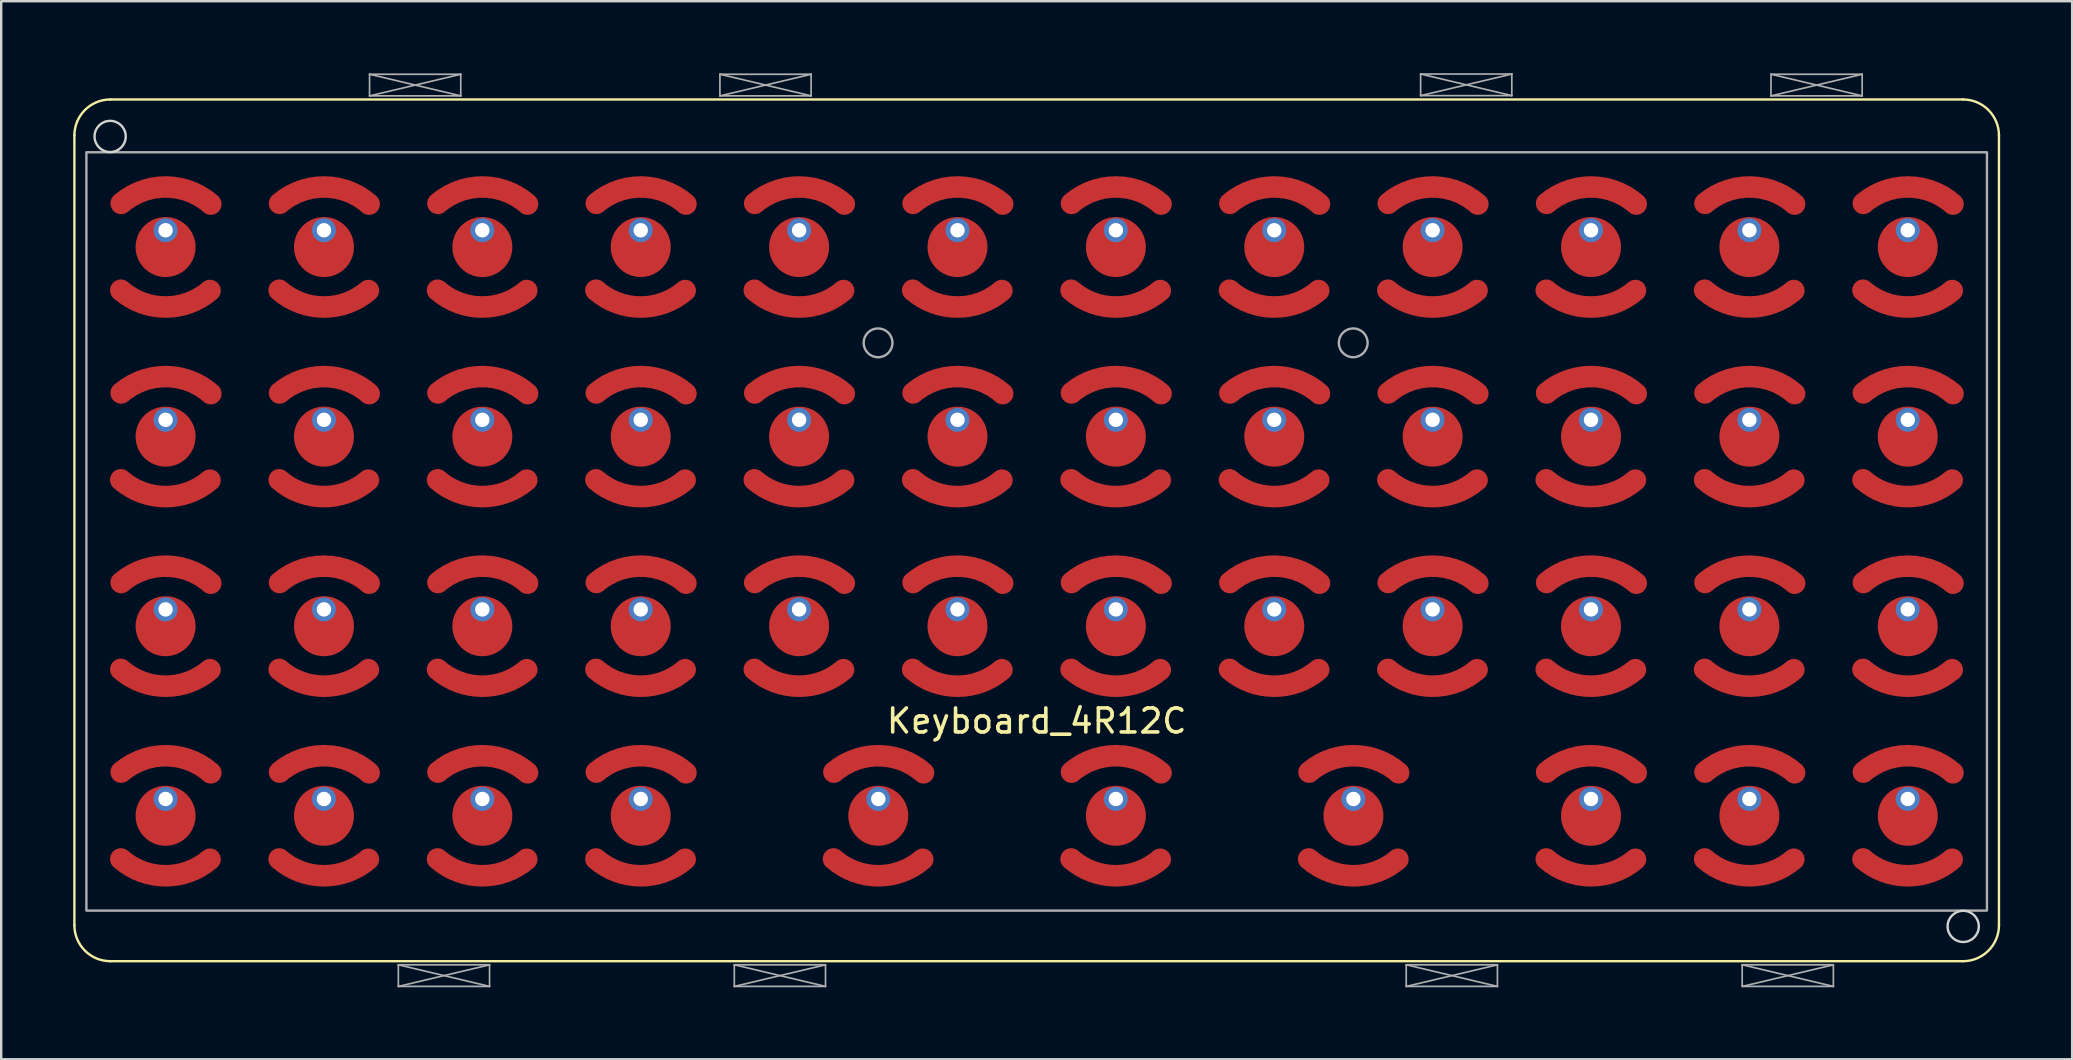
<source format=kicad_pcb>
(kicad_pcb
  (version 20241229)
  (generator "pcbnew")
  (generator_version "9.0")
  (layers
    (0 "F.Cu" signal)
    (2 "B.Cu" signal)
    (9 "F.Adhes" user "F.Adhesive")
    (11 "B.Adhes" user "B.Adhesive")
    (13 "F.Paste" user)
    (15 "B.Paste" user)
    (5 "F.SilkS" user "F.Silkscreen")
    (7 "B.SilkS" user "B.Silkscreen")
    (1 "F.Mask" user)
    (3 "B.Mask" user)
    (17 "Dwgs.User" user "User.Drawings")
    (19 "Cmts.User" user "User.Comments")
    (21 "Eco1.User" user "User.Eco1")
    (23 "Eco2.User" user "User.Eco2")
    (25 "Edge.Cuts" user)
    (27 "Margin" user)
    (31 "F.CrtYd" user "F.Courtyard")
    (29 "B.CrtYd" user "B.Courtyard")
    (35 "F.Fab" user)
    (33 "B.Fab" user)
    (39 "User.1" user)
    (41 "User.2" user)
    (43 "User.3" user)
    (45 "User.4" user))
  (footprint "Keyboard_4R12C"
    (layer "F.Cu")
    (at 40.15 19.095)
    (property "Reference" "Keyboard_4R12C" (at 0 7.9 0) (unlocked yes) (layer "F.SilkS") (effects (font (size 1 1) (thickness 0.15))))
    (attr smd)
    (fp_arc (start -34.450005 -10.036258) (mid -36.309623 -9.349989) (end -38.164543 -10.048858) (stroke (width 0.9) (type solid)) (layer "F.Cu"))
    (fp_arc (start -34.450005 -2.136258) (mid -36.309623 -1.449989) (end -38.164543 -2.148858) (stroke (width 0.9) (type solid)) (layer "F.Cu"))
    (fp_arc (start -34.450005 5.763742) (mid -36.309623 6.450011) (end -38.164543 5.751142) (stroke (width 0.9) (type solid)) (layer "F.Cu"))
    (fp_arc (start -34.450005 13.663742) (mid -36.309623 14.350011) (end -38.164543 13.651142) (stroke (width 0.9) (type solid)) (layer "F.Cu"))
    (fp_arc (start -27.850005 -10.036258) (mid -29.709623 -9.349989) (end -31.564543 -10.048858) (stroke (width 0.9) (type solid)) (layer "F.Cu"))
    (fp_arc (start -27.850005 -2.136258) (mid -29.709623 -1.449989) (end -31.564543 -2.148858) (stroke (width 0.9) (type solid)) (layer "F.Cu"))
    (fp_arc (start -27.850005 5.763742) (mid -29.709623 6.450011) (end -31.564543 5.751142) (stroke (width 0.9) (type solid)) (layer "F.Cu"))
    (fp_arc (start -27.850005 13.663742) (mid -29.709623 14.350011) (end -31.564543 13.651142) (stroke (width 0.9) (type solid)) (layer "F.Cu"))
    (fp_arc (start -21.250005 -10.036258) (mid -23.109623 -9.349989) (end -24.964543 -10.048858) (stroke (width 0.9) (type solid)) (layer "F.Cu"))
    (fp_arc (start -21.250005 -2.136258) (mid -23.109623 -1.449989) (end -24.964543 -2.148858) (stroke (width 0.9) (type solid)) (layer "F.Cu"))
    (fp_arc (start -21.250005 5.763742) (mid -23.109623 6.450011) (end -24.964543 5.751142) (stroke (width 0.9) (type solid)) (layer "F.Cu"))
    (fp_arc (start -21.250005 13.663742) (mid -23.109623 14.350011) (end -24.964543 13.651142) (stroke (width 0.9) (type solid)) (layer "F.Cu"))
    (fp_arc (start -14.650005 -10.036258) (mid -16.509623 -9.349989) (end -18.364543 -10.048858) (stroke (width 0.9) (type solid)) (layer "F.Cu"))
    (fp_arc (start -14.650005 -2.136258) (mid -16.509623 -1.449989) (end -18.364543 -2.148858) (stroke (width 0.9) (type solid)) (layer "F.Cu"))
    (fp_arc (start -14.650005 5.763742) (mid -16.509623 6.450011) (end -18.364543 5.751142) (stroke (width 0.9) (type solid)) (layer "F.Cu"))
    (fp_arc (start -14.650005 13.663742) (mid -16.509623 14.350011) (end -18.364543 13.651142) (stroke (width 0.9) (type solid)) (layer "F.Cu"))
    (fp_arc (start -8.050005 -10.036258) (mid -9.909623 -9.349989) (end -11.764543 -10.048858) (stroke (width 0.9) (type solid)) (layer "F.Cu"))
    (fp_arc (start -8.050005 -2.136258) (mid -9.909623 -1.449989) (end -11.764543 -2.148858) (stroke (width 0.9) (type solid)) (layer "F.Cu"))
    (fp_arc (start -8.050005 5.763742) (mid -9.909623 6.450011) (end -11.764543 5.751142) (stroke (width 0.9) (type solid)) (layer "F.Cu"))
    (fp_arc (start -4.750005 13.663742) (mid -6.609623 14.350011) (end -8.464543 13.651142) (stroke (width 0.9) (type solid)) (layer "F.Cu"))
    (fp_arc (start -1.450005 -10.036258) (mid -3.309623 -9.349989) (end -5.164543 -10.048858) (stroke (width 0.9) (type solid)) (layer "F.Cu"))
    (fp_arc (start -1.450005 -2.136258) (mid -3.309623 -1.449989) (end -5.164543 -2.148858) (stroke (width 0.9) (type solid)) (layer "F.Cu"))
    (fp_arc (start -1.450005 5.763742) (mid -3.309623 6.450011) (end -5.164543 5.751142) (stroke (width 0.9) (type solid)) (layer "F.Cu"))
    (fp_arc (start 5.149995 -10.036258) (mid 3.290377 -9.349989) (end 1.435457 -10.048858) (stroke (width 0.9) (type solid)) (layer "F.Cu"))
    (fp_arc (start 5.149995 -2.136258) (mid 3.290377 -1.449989) (end 1.435457 -2.148858) (stroke (width 0.9) (type solid)) (layer "F.Cu"))
    (fp_arc (start 5.149995 5.763742) (mid 3.290377 6.450011) (end 1.435457 5.751142) (stroke (width 0.9) (type solid)) (layer "F.Cu"))
    (fp_arc (start 5.149995 13.663742) (mid 3.290377 14.350011) (end 1.435457 13.651142) (stroke (width 0.9) (type solid)) (layer "F.Cu"))
    (fp_arc (start 11.749995 -10.036258) (mid 9.890377 -9.349989) (end 8.035457 -10.048858) (stroke (width 0.9) (type solid)) (layer "F.Cu"))
    (fp_arc (start 11.749995 -2.136258) (mid 9.890377 -1.449989) (end 8.035457 -2.148858) (stroke (width 0.9) (type solid)) (layer "F.Cu"))
    (fp_arc (start 11.749995 5.763742) (mid 9.890377 6.450011) (end 8.035457 5.751142) (stroke (width 0.9) (type solid)) (layer "F.Cu"))
    (fp_arc (start 15.049995 13.663742) (mid 13.190377 14.350011) (end 11.335457 13.651142) (stroke (width 0.9) (type solid)) (layer "F.Cu"))
    (fp_arc (start 18.349995 -10.036258) (mid 16.490377 -9.349989) (end 14.635457 -10.048858) (stroke (width 0.9) (type solid)) (layer "F.Cu"))
    (fp_arc (start 18.349995 -2.136258) (mid 16.490377 -1.449989) (end 14.635457 -2.148858) (stroke (width 0.9) (type solid)) (layer "F.Cu"))
    (fp_arc (start 18.349995 5.763742) (mid 16.490377 6.450011) (end 14.635457 5.751142) (stroke (width 0.9) (type solid)) (layer "F.Cu"))
    (fp_arc (start 24.949995 -10.036258) (mid 23.090377 -9.349989) (end 21.235457 -10.048858) (stroke (width 0.9) (type solid)) (layer "F.Cu"))
    (fp_arc (start 24.949995 -2.136258) (mid 23.090377 -1.449989) (end 21.235457 -2.148858) (stroke (width 0.9) (type solid)) (layer "F.Cu"))
    (fp_arc (start 24.949995 5.763742) (mid 23.090377 6.450011) (end 21.235457 5.751142) (stroke (width 0.9) (type solid)) (layer "F.Cu"))
    (fp_arc (start 24.949995 13.663742) (mid 23.090377 14.350011) (end 21.235457 13.651142) (stroke (width 0.9) (type solid)) (layer "F.Cu"))
    (fp_arc (start 31.549995 -10.036258) (mid 29.690377 -9.349989) (end 27.835457 -10.048858) (stroke (width 0.9) (type solid)) (layer "F.Cu"))
    (fp_arc (start 31.549995 -2.136258) (mid 29.690377 -1.449989) (end 27.835457 -2.148858) (stroke (width 0.9) (type solid)) (layer "F.Cu"))
    (fp_arc (start 31.549995 5.763742) (mid 29.690377 6.450011) (end 27.835457 5.751142) (stroke (width 0.9) (type solid)) (layer "F.Cu"))
    (fp_arc (start 31.549995 13.663742) (mid 29.690377 14.350011) (end 27.835457 13.651142) (stroke (width 0.9) (type solid)) (layer "F.Cu"))
    (fp_arc (start 38.149995 -10.036258) (mid 36.290377 -9.349989) (end 34.435457 -10.048858) (stroke (width 0.9) (type solid)) (layer "F.Cu"))
    (fp_arc (start 38.149995 -2.136258) (mid 36.290377 -1.449989) (end 34.435457 -2.148858) (stroke (width 0.9) (type solid)) (layer "F.Cu"))
    (fp_arc (start 38.149995 5.763742) (mid 36.290377 6.450011) (end 34.435457 5.751142) (stroke (width 0.9) (type solid)) (layer "F.Cu"))
    (fp_arc (start 38.149995 13.663742) (mid 36.290377 14.350011) (end 34.435457 13.651142) (stroke (width 0.9) (type solid)) (layer "F.Cu"))
    (fp_arc (start -34.450005 -10.036258) (mid -36.309623 -9.349989) (end -38.164543 -10.048858) (stroke (width 0.9) (type solid)) (layer "F.Mask"))
    (fp_arc (start -34.450005 -2.136258) (mid -36.309623 -1.449989) (end -38.164543 -2.148858) (stroke (width 0.9) (type solid)) (layer "F.Mask"))
    (fp_arc (start -34.450005 5.763742) (mid -36.309623 6.450011) (end -38.164543 5.751142) (stroke (width 0.9) (type solid)) (layer "F.Mask"))
    (fp_arc (start -34.450005 13.663742) (mid -36.309623 14.350011) (end -38.164543 13.651142) (stroke (width 0.9) (type solid)) (layer "F.Mask"))
    (fp_arc (start -27.850005 -10.036258) (mid -29.709623 -9.349989) (end -31.564543 -10.048858) (stroke (width 0.9) (type solid)) (layer "F.Mask"))
    (fp_arc (start -27.850005 -2.136258) (mid -29.709623 -1.449989) (end -31.564543 -2.148858) (stroke (width 0.9) (type solid)) (layer "F.Mask"))
    (fp_arc (start -27.850005 5.763742) (mid -29.709623 6.450011) (end -31.564543 5.751142) (stroke (width 0.9) (type solid)) (layer "F.Mask"))
    (fp_arc (start -27.850005 13.663742) (mid -29.709623 14.350011) (end -31.564543 13.651142) (stroke (width 0.9) (type solid)) (layer "F.Mask"))
    (fp_arc (start -21.250005 -10.036258) (mid -23.109623 -9.349989) (end -24.964543 -10.048858) (stroke (width 0.9) (type solid)) (layer "F.Mask"))
    (fp_arc (start -21.250005 -2.136258) (mid -23.109623 -1.449989) (end -24.964543 -2.148858) (stroke (width 0.9) (type solid)) (layer "F.Mask"))
    (fp_arc (start -21.250005 5.763742) (mid -23.109623 6.450011) (end -24.964543 5.751142) (stroke (width 0.9) (type solid)) (layer "F.Mask"))
    (fp_arc (start -21.250005 13.663742) (mid -23.109623 14.350011) (end -24.964543 13.651142) (stroke (width 0.9) (type solid)) (layer "F.Mask"))
    (fp_arc (start -14.650005 -10.036258) (mid -16.509623 -9.349989) (end -18.364543 -10.048858) (stroke (width 0.9) (type solid)) (layer "F.Mask"))
    (fp_arc (start -14.650005 -2.136258) (mid -16.509623 -1.449989) (end -18.364543 -2.148858) (stroke (width 0.9) (type solid)) (layer "F.Mask"))
    (fp_arc (start -14.650005 5.763742) (mid -16.509623 6.450011) (end -18.364543 5.751142) (stroke (width 0.9) (type solid)) (layer "F.Mask"))
    (fp_arc (start -14.650005 13.663742) (mid -16.509623 14.350011) (end -18.364543 13.651142) (stroke (width 0.9) (type solid)) (layer "F.Mask"))
    (fp_arc (start -8.050005 -10.036258) (mid -9.909623 -9.349989) (end -11.764543 -10.048858) (stroke (width 0.9) (type solid)) (layer "F.Mask"))
    (fp_arc (start -8.050005 -2.136258) (mid -9.909623 -1.449989) (end -11.764543 -2.148858) (stroke (width 0.9) (type solid)) (layer "F.Mask"))
    (fp_arc (start -8.050005 5.763742) (mid -9.909623 6.450011) (end -11.764543 5.751142) (stroke (width 0.9) (type solid)) (layer "F.Mask"))
    (fp_arc (start -4.750005 13.663742) (mid -6.609623 14.350011) (end -8.464542 13.651142) (stroke (width 0.9) (type solid)) (layer "F.Mask"))
    (fp_arc (start -1.450005 -10.036258) (mid -3.309623 -9.349989) (end -5.164543 -10.048858) (stroke (width 0.9) (type solid)) (layer "F.Mask"))
    (fp_arc (start -1.450005 -2.136258) (mid -3.309623 -1.449989) (end -5.164543 -2.148858) (stroke (width 0.9) (type solid)) (layer "F.Mask"))
    (fp_arc (start -1.450005 5.763742) (mid -3.309623 6.450011) (end -5.164543 5.751142) (stroke (width 0.9) (type solid)) (layer "F.Mask"))
    (fp_arc (start 5.149995 -10.036258) (mid 3.290377 -9.349989) (end 1.435457 -10.048858) (stroke (width 0.9) (type solid)) (layer "F.Mask"))
    (fp_arc (start 5.149995 -2.136258) (mid 3.290377 -1.449989) (end 1.435457 -2.148858) (stroke (width 0.9) (type solid)) (layer "F.Mask"))
    (fp_arc (start 5.149995 5.763742) (mid 3.290377 6.450011) (end 1.435457 5.751142) (stroke (width 0.9) (type solid)) (layer "F.Mask"))
    (fp_arc (start 5.149995 13.663742) (mid 3.290377 14.350011) (end 1.435458 13.651142) (stroke (width 0.9) (type solid)) (layer "F.Mask"))
    (fp_arc (start 11.749995 -10.036258) (mid 9.890377 -9.349989) (end 8.035457 -10.048858) (stroke (width 0.9) (type solid)) (layer "F.Mask"))
    (fp_arc (start 11.749995 -2.136258) (mid 9.890377 -1.449989) (end 8.035457 -2.148858) (stroke (width 0.9) (type solid)) (layer "F.Mask"))
    (fp_arc (start 11.749995 5.763742) (mid 9.890377 6.450011) (end 8.035457 5.751142) (stroke (width 0.9) (type solid)) (layer "F.Mask"))
    (fp_arc (start 15.049995 13.663742) (mid 13.190377 14.350011) (end 11.335457 13.651142) (stroke (width 0.9) (type solid)) (layer "F.Mask"))
    (fp_arc (start 18.349995 -10.036258) (mid 16.490377 -9.349989) (end 14.635457 -10.048858) (stroke (width 0.9) (type solid)) (layer "F.Mask"))
    (fp_arc (start 18.349995 -2.136258) (mid 16.490377 -1.449989) (end 14.635457 -2.148858) (stroke (width 0.9) (type solid)) (layer "F.Mask"))
    (fp_arc (start 18.349995 5.763742) (mid 16.490377 6.450011) (end 14.635457 5.751142) (stroke (width 0.9) (type solid)) (layer "F.Mask"))
    (fp_arc (start 24.949995 -10.036258) (mid 23.090377 -9.349989) (end 21.235457 -10.048858) (stroke (width 0.9) (type solid)) (layer "F.Mask"))
    (fp_arc (start 24.949995 -2.136258) (mid 23.090377 -1.449989) (end 21.235457 -2.148858) (stroke (width 0.9) (type solid)) (layer "F.Mask"))
    (fp_arc (start 24.949995 5.763742) (mid 23.090377 6.450011) (end 21.235457 5.751142) (stroke (width 0.9) (type solid)) (layer "F.Mask"))
    (fp_arc (start 24.949995 13.663742) (mid 23.090377 14.350011) (end 21.235457 13.651142) (stroke (width 0.9) (type solid)) (layer "F.Mask"))
    (fp_arc (start 31.549995 -10.036258) (mid 29.690377 -9.349989) (end 27.835457 -10.048858) (stroke (width 0.9) (type solid)) (layer "F.Mask"))
    (fp_arc (start 31.549995 -2.136258) (mid 29.690377 -1.449989) (end 27.835457 -2.148858) (stroke (width 0.9) (type solid)) (layer "F.Mask"))
    (fp_arc (start 31.549995 5.763742) (mid 29.690377 6.450011) (end 27.835457 5.751142) (stroke (width 0.9) (type solid)) (layer "F.Mask"))
    (fp_arc (start 31.549995 13.663742) (mid 29.690377 14.350011) (end 27.835457 13.651142) (stroke (width 0.9) (type solid)) (layer "F.Mask"))
    (fp_arc (start 38.149995 -10.036258) (mid 36.290377 -9.349989) (end 34.435457 -10.048858) (stroke (width 0.9) (type solid)) (layer "F.Mask"))
    (fp_arc (start 38.149995 -2.136258) (mid 36.290377 -1.449989) (end 34.435457 -2.148858) (stroke (width 0.9) (type solid)) (layer "F.Mask"))
    (fp_arc (start 38.149995 5.763742) (mid 36.290377 6.450011) (end 34.435457 5.751142) (stroke (width 0.9) (type solid)) (layer "F.Mask"))
    (fp_arc (start 38.149995 13.663742) (mid 36.290377 14.350011) (end 34.435457 13.651142) (stroke (width 0.9) (type solid)) (layer "F.Mask"))
    (fp_poly (pts (xy -36.3 -14.65) (xy -34.05 -13.65) (xy -34.05 -10.05) (xy -36.3 -9.05) (xy -38.55 -10.05) (xy -38.55 -13.65)) (stroke (width 0.05) (type solid)) (fill yes) (layer "F.Mask"))
    (fp_poly (pts (xy -36.3 -6.75) (xy -34.05 -5.75) (xy -34.05 -2.15) (xy -36.3 -1.15) (xy -38.55 -2.15) (xy -38.55 -5.75)) (stroke (width 0.05) (type solid)) (fill yes) (layer "F.Mask"))
    (fp_poly (pts (xy -36.3 1.15) (xy -34.05 2.15) (xy -34.05 5.75) (xy -36.3 6.75) (xy -38.55 5.75) (xy -38.55 2.15)) (stroke (width 0.05) (type solid)) (fill yes) (layer "F.Mask"))
    (fp_poly (pts (xy -36.3 9.05) (xy -34.05 10.05) (xy -34.05 13.65) (xy -36.3 14.65) (xy -38.55 13.65) (xy -38.55 10.05)) (stroke (width 0.05) (type solid)) (fill yes) (layer "F.Mask"))
    (fp_poly (pts (xy -29.7 -14.65) (xy -27.45 -13.65) (xy -27.45 -10.05) (xy -29.7 -9.05) (xy -31.95 -10.05) (xy -31.95 -13.65)) (stroke (width 0.05) (type solid)) (fill yes) (layer "F.Mask"))
    (fp_poly (pts (xy -29.7 -6.75) (xy -27.45 -5.75) (xy -27.45 -2.15) (xy -29.7 -1.15) (xy -31.95 -2.15) (xy -31.95 -5.75)) (stroke (width 0.05) (type solid)) (fill yes) (layer "F.Mask"))
    (fp_poly (pts (xy -29.7 1.15) (xy -27.45 2.15) (xy -27.45 5.75) (xy -29.7 6.75) (xy -31.95 5.75) (xy -31.95 2.15)) (stroke (width 0.05) (type solid)) (fill yes) (layer "F.Mask"))
    (fp_poly (pts (xy -29.7 9.05) (xy -27.45 10.05) (xy -27.45 13.65) (xy -29.7 14.65) (xy -31.95 13.65) (xy -31.95 10.05)) (stroke (width 0.05) (type solid)) (fill yes) (layer "F.Mask"))
    (fp_poly (pts (xy -23.1 -14.65) (xy -20.85 -13.65) (xy -20.85 -10.05) (xy -23.1 -9.05) (xy -25.35 -10.05) (xy -25.35 -13.65)) (stroke (width 0.05) (type solid)) (fill yes) (layer "F.Mask"))
    (fp_poly (pts (xy -23.1 -6.75) (xy -20.85 -5.75) (xy -20.85 -2.15) (xy -23.1 -1.15) (xy -25.35 -2.15) (xy -25.35 -5.75)) (stroke (width 0.05) (type solid)) (fill yes) (layer "F.Mask"))
    (fp_poly (pts (xy -23.1 1.15) (xy -20.85 2.15) (xy -20.85 5.75) (xy -23.1 6.75) (xy -25.35 5.75) (xy -25.35 2.15)) (stroke (width 0.05) (type solid)) (fill yes) (layer "F.Mask"))
    (fp_poly (pts (xy -23.1 9.05) (xy -20.85 10.05) (xy -20.85 13.65) (xy -23.1 14.65) (xy -25.35 13.65) (xy -25.35 10.05)) (stroke (width 0.05) (type solid)) (fill yes) (layer "F.Mask"))
    (fp_poly (pts (xy -16.5 -14.65) (xy -14.25 -13.65) (xy -14.25 -10.05) (xy -16.5 -9.05) (xy -18.75 -10.05) (xy -18.75 -13.65)) (stroke (width 0.05) (type solid)) (fill yes) (layer "F.Mask"))
    (fp_poly (pts (xy -16.5 -6.75) (xy -14.25 -5.75) (xy -14.25 -2.15) (xy -16.5 -1.15) (xy -18.75 -2.15) (xy -18.75 -5.75)) (stroke (width 0.05) (type solid)) (fill yes) (layer "F.Mask"))
    (fp_poly (pts (xy -16.5 1.15) (xy -14.25 2.15) (xy -14.25 5.75) (xy -16.5 6.75) (xy -18.75 5.75) (xy -18.75 2.15)) (stroke (width 0.05) (type solid)) (fill yes) (layer "F.Mask"))
    (fp_poly (pts (xy -16.5 9.05) (xy -14.25 10.05) (xy -14.25 13.65) (xy -16.5 14.65) (xy -18.75 13.65) (xy -18.75 10.05)) (stroke (width 0.05) (type solid)) (fill yes) (layer "F.Mask"))
    (fp_poly (pts (xy -9.9 -14.65) (xy -7.65 -13.65) (xy -7.65 -10.05) (xy -9.9 -9.05) (xy -12.15 -10.05) (xy -12.15 -13.65)) (stroke (width 0.05) (type solid)) (fill yes) (layer "F.Mask"))
    (fp_poly (pts (xy -9.9 -6.75) (xy -7.65 -5.75) (xy -7.65 -2.15) (xy -9.9 -1.15) (xy -12.15 -2.15) (xy -12.15 -5.75)) (stroke (width 0.05) (type solid)) (fill yes) (layer "F.Mask"))
    (fp_poly (pts (xy -9.9 1.15) (xy -7.65 2.15) (xy -7.65 5.75) (xy -9.9 6.75) (xy -12.15 5.75) (xy -12.15 2.15)) (stroke (width 0.05) (type solid)) (fill yes) (layer "F.Mask"))
    (fp_poly (pts (xy -6.6 9.05) (xy -4.35 10.05) (xy -4.35 13.65) (xy -6.6 14.65) (xy -8.85 13.65) (xy -8.85 10.05)) (stroke (width 0.05) (type solid)) (fill yes) (layer "F.Mask"))
    (fp_poly (pts (xy -3.3 -14.65) (xy -1.05 -13.65) (xy -1.05 -10.05) (xy -3.3 -9.05) (xy -5.55 -10.05) (xy -5.55 -13.65)) (stroke (width 0.05) (type solid)) (fill yes) (layer "F.Mask"))
    (fp_poly (pts (xy -3.3 -6.75) (xy -1.05 -5.75) (xy -1.05 -2.15) (xy -3.3 -1.15) (xy -5.55 -2.15) (xy -5.55 -5.75)) (stroke (width 0.05) (type solid)) (fill yes) (layer "F.Mask"))
    (fp_poly (pts (xy -3.3 1.15) (xy -1.05 2.15) (xy -1.05 5.75) (xy -3.3 6.75) (xy -5.55 5.75) (xy -5.55 2.15)) (stroke (width 0.05) (type solid)) (fill yes) (layer "F.Mask"))
    (fp_poly (pts (xy 3.3 -14.65) (xy 5.55 -13.65) (xy 5.55 -10.05) (xy 3.3 -9.05) (xy 1.05 -10.05) (xy 1.05 -13.65)) (stroke (width 0.05) (type solid)) (fill yes) (layer "F.Mask"))
    (fp_poly (pts (xy 3.3 -6.75) (xy 5.55 -5.75) (xy 5.55 -2.15) (xy 3.3 -1.15) (xy 1.05 -2.15) (xy 1.05 -5.75)) (stroke (width 0.05) (type solid)) (fill yes) (layer "F.Mask"))
    (fp_poly (pts (xy 3.3 1.15) (xy 5.55 2.15) (xy 5.55 5.75) (xy 3.3 6.75) (xy 1.05 5.75) (xy 1.05 2.15)) (stroke (width 0.05) (type solid)) (fill yes) (layer "F.Mask"))
    (fp_poly (pts (xy 3.3 9.05) (xy 5.55 10.05) (xy 5.55 13.65) (xy 3.3 14.65) (xy 1.05 13.65) (xy 1.05 10.05)) (stroke (width 0.05) (type solid)) (fill yes) (layer "F.Mask"))
    (fp_poly (pts (xy 9.9 -14.65) (xy 12.15 -13.65) (xy 12.15 -10.05) (xy 9.9 -9.05) (xy 7.65 -10.05) (xy 7.65 -13.65)) (stroke (width 0.05) (type solid)) (fill yes) (layer "F.Mask"))
    (fp_poly (pts (xy 9.9 -6.75) (xy 12.15 -5.75) (xy 12.15 -2.15) (xy 9.9 -1.15) (xy 7.65 -2.15) (xy 7.65 -5.75)) (stroke (width 0.05) (type solid)) (fill yes) (layer "F.Mask"))
    (fp_poly (pts (xy 9.9 1.15) (xy 12.15 2.15) (xy 12.15 5.75) (xy 9.9 6.75) (xy 7.65 5.75) (xy 7.65 2.15)) (stroke (width 0.05) (type solid)) (fill yes) (layer "F.Mask"))
    (fp_poly (pts (xy 13.2 9.05) (xy 15.45 10.05) (xy 15.45 13.65) (xy 13.2 14.65) (xy 10.95 13.65) (xy 10.95 10.05)) (stroke (width 0.05) (type solid)) (fill yes) (layer "F.Mask"))
    (fp_poly (pts (xy 16.5 -14.65) (xy 18.75 -13.65) (xy 18.75 -10.05) (xy 16.5 -9.05) (xy 14.25 -10.05) (xy 14.25 -13.65)) (stroke (width 0.05) (type solid)) (fill yes) (layer "F.Mask"))
    (fp_poly (pts (xy 16.5 -6.75) (xy 18.75 -5.75) (xy 18.75 -2.15) (xy 16.5 -1.15) (xy 14.25 -2.15) (xy 14.25 -5.75)) (stroke (width 0.05) (type solid)) (fill yes) (layer "F.Mask"))
    (fp_poly (pts (xy 16.5 1.15) (xy 18.75 2.15) (xy 18.75 5.75) (xy 16.5 6.75) (xy 14.25 5.75) (xy 14.25 2.15)) (stroke (width 0.05) (type solid)) (fill yes) (layer "F.Mask"))
    (fp_poly (pts (xy 23.1 -14.65) (xy 25.35 -13.65) (xy 25.35 -10.05) (xy 23.1 -9.05) (xy 20.85 -10.05) (xy 20.85 -13.65)) (stroke (width 0.05) (type solid)) (fill yes) (layer "F.Mask"))
    (fp_poly (pts (xy 23.1 -6.75) (xy 25.35 -5.75) (xy 25.35 -2.15) (xy 23.1 -1.15) (xy 20.85 -2.15) (xy 20.85 -5.75)) (stroke (width 0.05) (type solid)) (fill yes) (layer "F.Mask"))
    (fp_poly (pts (xy 23.1 1.15) (xy 25.35 2.15) (xy 25.35 5.75) (xy 23.1 6.75) (xy 20.85 5.75) (xy 20.85 2.15)) (stroke (width 0.05) (type solid)) (fill yes) (layer "F.Mask"))
    (fp_poly (pts (xy 23.1 9.05) (xy 25.35 10.05) (xy 25.35 13.65) (xy 23.1 14.65) (xy 20.85 13.65) (xy 20.85 10.05)) (stroke (width 0.05) (type solid)) (fill yes) (layer "F.Mask"))
    (fp_poly (pts (xy 29.7 -14.65) (xy 31.95 -13.65) (xy 31.95 -10.05) (xy 29.7 -9.05) (xy 27.45 -10.05) (xy 27.45 -13.65)) (stroke (width 0.05) (type solid)) (fill yes) (layer "F.Mask"))
    (fp_poly (pts (xy 29.7 -6.75) (xy 31.95 -5.75) (xy 31.95 -2.15) (xy 29.7 -1.15) (xy 27.45 -2.15) (xy 27.45 -5.75)) (stroke (width 0.05) (type solid)) (fill yes) (layer "F.Mask"))
    (fp_poly (pts (xy 29.7 1.15) (xy 31.95 2.15) (xy 31.95 5.75) (xy 29.7 6.75) (xy 27.45 5.75) (xy 27.45 2.15)) (stroke (width 0.05) (type solid)) (fill yes) (layer "F.Mask"))
    (fp_poly (pts (xy 29.7 9.05) (xy 31.95 10.05) (xy 31.95 13.65) (xy 29.7 14.65) (xy 27.45 13.65) (xy 27.45 10.05)) (stroke (width 0.05) (type solid)) (fill yes) (layer "F.Mask"))
    (fp_poly (pts (xy 36.3 -14.65) (xy 38.55 -13.65) (xy 38.55 -10.05) (xy 36.3 -9.05) (xy 34.05 -10.05) (xy 34.05 -13.65)) (stroke (width 0.05) (type solid)) (fill yes) (layer "F.Mask"))
    (fp_poly (pts (xy 36.3 -6.75) (xy 38.55 -5.75) (xy 38.55 -2.15) (xy 36.3 -1.15) (xy 34.05 -2.15) (xy 34.05 -5.75)) (stroke (width 0.05) (type solid)) (fill yes) (layer "F.Mask"))
    (fp_poly (pts (xy 36.3 1.15) (xy 38.55 2.15) (xy 38.55 5.75) (xy 36.3 6.75) (xy 34.05 5.75) (xy 34.05 2.15)) (stroke (width 0.05) (type solid)) (fill yes) (layer "F.Mask"))
    (fp_poly (pts (xy 36.3 9.05) (xy 38.55 10.05) (xy 38.55 13.65) (xy 36.3 14.65) (xy 34.05 13.65) (xy 34.05 10.05)) (stroke (width 0.05) (type solid)) (fill yes) (layer "F.Mask"))
    (fp_line (start -40.1 -16.5) (end -40.1 16.41) (stroke (width 0.1) (type solid)) (layer "F.SilkS"))
    (fp_line (start -38.6 17.91) (end 38.6 17.91) (stroke (width 0.1) (type solid)) (layer "F.SilkS"))
    (fp_line (start 38.6 -18) (end -38.6 -18) (stroke (width 0.1) (type solid)) (layer "F.SilkS"))
    (fp_line (start 40.1 16.41) (end 40.1 -16.5) (stroke (width 0.1) (type solid)) (layer "F.SilkS"))
    (fp_arc (start -40.1 -16.5) (mid -39.66066 -17.56066) (end -38.6 -18) (stroke (width 0.1) (type default)) (layer "F.SilkS"))
    (fp_arc (start -38.6 17.91) (mid -39.66066 17.47066) (end -40.1 16.41) (stroke (width 0.1) (type default)) (layer "F.SilkS"))
    (fp_arc (start 38.6 -18) (mid 39.66066 -17.56066) (end 40.1 -16.5) (stroke (width 0.1) (type default)) (layer "F.SilkS"))
    (fp_arc (start 40.1 16.41) (mid 39.66066 17.47066) (end 38.6 17.91) (stroke (width 0.1) (type default)) (layer "F.SilkS"))
    (fp_circle (center -38.61 -16.459) (end -37.96 -16.459) (stroke (width 0.1) (type solid)) (fill no) (layer "Edge.Cuts"))
    (fp_circle (center 38.61 16.459) (end 39.26 16.459) (stroke (width 0.1) (type solid)) (fill no) (layer "Edge.Cuts"))
    (fp_line (start -27.8 -19.05) (end -24 -19.05) (stroke (width 0.07) (type solid)) (layer "F.Fab"))
    (fp_line (start -27.8 -19.05) (end -24 -18.15) (stroke (width 0.07) (type default)) (layer "F.Fab"))
    (fp_line (start -27.8 -18.15) (end -27.8 -19.05) (stroke (width 0.07) (type solid)) (layer "F.Fab"))
    (fp_line (start -26.6 18.06) (end -22.8 18.06) (stroke (width 0.07) (type solid)) (layer "F.Fab"))
    (fp_line (start -26.6 18.06) (end -22.8 18.96) (stroke (width 0.07) (type default)) (layer "F.Fab"))
    (fp_line (start -26.6 18.96) (end -26.6 18.06) (stroke (width 0.07) (type solid)) (layer "F.Fab"))
    (fp_line (start -24 -19.05) (end -27.8 -18.15) (stroke (width 0.07) (type default)) (layer "F.Fab"))
    (fp_line (start -24 -19.05) (end -24 -18.15) (stroke (width 0.07) (type solid)) (layer "F.Fab"))
    (fp_line (start -24 -18.15) (end -27.8 -18.15) (stroke (width 0.07) (type solid)) (layer "F.Fab"))
    (fp_line (start -22.8 18.06) (end -26.6 18.96) (stroke (width 0.07) (type default)) (layer "F.Fab"))
    (fp_line (start -22.8 18.06) (end -22.8 18.96) (stroke (width 0.07) (type solid)) (layer "F.Fab"))
    (fp_line (start -22.8 18.96) (end -26.6 18.96) (stroke (width 0.07) (type solid)) (layer "F.Fab"))
    (fp_line (start -13.2 -19.05) (end -9.4 -19.05) (stroke (width 0.07) (type solid)) (layer "F.Fab"))
    (fp_line (start -13.2 -19.05) (end -9.4 -18.15) (stroke (width 0.07) (type default)) (layer "F.Fab"))
    (fp_line (start -13.2 -18.15) (end -13.2 -19.05) (stroke (width 0.07) (type solid)) (layer "F.Fab"))
    (fp_line (start -12.6 18.06) (end -8.8 18.06) (stroke (width 0.07) (type solid)) (layer "F.Fab"))
    (fp_line (start -12.6 18.06) (end -8.8 18.96) (stroke (width 0.07) (type default)) (layer "F.Fab"))
    (fp_line (start -12.6 18.96) (end -12.6 18.06) (stroke (width 0.07) (type solid)) (layer "F.Fab"))
    (fp_line (start -9.4 -19.05) (end -13.2 -18.15) (stroke (width 0.07) (type default)) (layer "F.Fab"))
    (fp_line (start -9.4 -19.05) (end -9.4 -18.15) (stroke (width 0.07) (type solid)) (layer "F.Fab"))
    (fp_line (start -9.4 -18.15) (end -13.2 -18.15) (stroke (width 0.07) (type solid)) (layer "F.Fab"))
    (fp_line (start -8.8 18.06) (end -12.6 18.96) (stroke (width 0.07) (type default)) (layer "F.Fab"))
    (fp_line (start -8.8 18.06) (end -8.8 18.96) (stroke (width 0.07) (type solid)) (layer "F.Fab"))
    (fp_line (start -8.8 18.96) (end -12.6 18.96) (stroke (width 0.07) (type solid)) (layer "F.Fab"))
    (fp_line (start 15.4 18.06) (end 19.2 18.06) (stroke (width 0.07) (type solid)) (layer "F.Fab"))
    (fp_line (start 15.4 18.06) (end 19.2 18.96) (stroke (width 0.07) (type default)) (layer "F.Fab"))
    (fp_line (start 15.4 18.96) (end 15.4 18.06) (stroke (width 0.07) (type solid)) (layer "F.Fab"))
    (fp_line (start 16 -19.06) (end 19.8 -19.06) (stroke (width 0.07) (type solid)) (layer "F.Fab"))
    (fp_line (start 16 -19.06) (end 19.8 -18.16) (stroke (width 0.07) (type default)) (layer "F.Fab"))
    (fp_line (start 16 -18.16) (end 16 -19.06) (stroke (width 0.07) (type solid)) (layer "F.Fab"))
    (fp_line (start 19.2 18.06) (end 15.4 18.96) (stroke (width 0.07) (type default)) (layer "F.Fab"))
    (fp_line (start 19.2 18.06) (end 19.2 18.96) (stroke (width 0.07) (type solid)) (layer "F.Fab"))
    (fp_line (start 19.2 18.96) (end 15.4 18.96) (stroke (width 0.07) (type solid)) (layer "F.Fab"))
    (fp_line (start 19.8 -19.06) (end 16 -18.16) (stroke (width 0.07) (type default)) (layer "F.Fab"))
    (fp_line (start 19.8 -19.06) (end 19.8 -18.16) (stroke (width 0.07) (type solid)) (layer "F.Fab"))
    (fp_line (start 19.8 -18.16) (end 16 -18.16) (stroke (width 0.07) (type solid)) (layer "F.Fab"))
    (fp_line (start 29.4 18.06) (end 33.2 18.06) (stroke (width 0.07) (type solid)) (layer "F.Fab"))
    (fp_line (start 29.4 18.06) (end 33.2 18.96) (stroke (width 0.07) (type default)) (layer "F.Fab"))
    (fp_line (start 29.4 18.96) (end 29.4 18.06) (stroke (width 0.07) (type solid)) (layer "F.Fab"))
    (fp_line (start 30.6 -19.05) (end 34.4 -19.05) (stroke (width 0.07) (type solid)) (layer "F.Fab"))
    (fp_line (start 30.6 -19.05) (end 34.4 -18.15) (stroke (width 0.07) (type default)) (layer "F.Fab"))
    (fp_line (start 30.6 -18.15) (end 30.6 -19.05) (stroke (width 0.07) (type solid)) (layer "F.Fab"))
    (fp_line (start 33.2 18.06) (end 29.4 18.96) (stroke (width 0.07) (type default)) (layer "F.Fab"))
    (fp_line (start 33.2 18.06) (end 33.2 18.96) (stroke (width 0.07) (type solid)) (layer "F.Fab"))
    (fp_line (start 33.2 18.96) (end 29.4 18.96) (stroke (width 0.07) (type solid)) (layer "F.Fab"))
    (fp_line (start 34.4 -19.05) (end 30.6 -18.15) (stroke (width 0.07) (type default)) (layer "F.Fab"))
    (fp_line (start 34.4 -19.05) (end 34.4 -18.15) (stroke (width 0.07) (type solid)) (layer "F.Fab"))
    (fp_line (start 34.4 -18.15) (end 30.6 -18.15) (stroke (width 0.07) (type solid)) (layer "F.Fab"))
    (fp_rect (start -39.6 -15.8) (end 39.6 15.8) (stroke (width 0.1) (type solid)) (fill no) (layer "F.Fab"))
    (fp_circle (center -6.61 -7.859) (end -6.01 -7.859) (stroke (width 0.1) (type solid)) (fill no) (layer "F.Fab"))
    (fp_circle (center 13.19 -7.859) (end 13.79 -7.859) (stroke (width 0.1) (type solid)) (fill no) (layer "F.Fab"))
    (pad "C0" thru_hole circle (at -36.3 -12.55 90) (size 1 1) (drill 0.6) (layers "*.Cu"))
    (pad "C0" smd circle (at -36.3 -11.85 90) (size 2.5 2.5) (layers "F.Cu" "F.Mask"))
    (pad "C0" thru_hole circle (at -36.3 -4.65 90) (size 1 1) (drill 0.6) (layers "*.Cu"))
    (pad "C0" smd circle (at -36.3 -3.95 90) (size 2.5 2.5) (layers "F.Cu" "F.Mask"))
    (pad "C0" thru_hole circle (at -36.3 3.25 90) (size 1 1) (drill 0.6) (layers "*.Cu"))
    (pad "C0" smd circle (at -36.3 3.95 90) (size 2.5 2.5) (layers "F.Cu" "F.Mask"))
    (pad "C0" thru_hole circle (at -36.3 11.15 90) (size 1 1) (drill 0.6) (layers "*.Cu"))
    (pad "C0" smd circle (at -36.3 11.85 90) (size 2.5 2.5) (layers "F.Cu" "F.Mask"))
    (pad "C1" thru_hole circle (at -29.7 -12.55 90) (size 1 1) (drill 0.6) (layers "*.Cu"))
    (pad "C1" smd circle (at -29.7 -11.85 90) (size 2.5 2.5) (layers "F.Cu" "F.Mask"))
    (pad "C1" thru_hole circle (at -29.7 -4.65 90) (size 1 1) (drill 0.6) (layers "*.Cu"))
    (pad "C1" smd circle (at -29.7 -3.95 90) (size 2.5 2.5) (layers "F.Cu" "F.Mask"))
    (pad "C1" thru_hole circle (at -29.7 3.25 90) (size 1 1) (drill 0.6) (layers "*.Cu"))
    (pad "C1" smd circle (at -29.7 3.95 90) (size 2.5 2.5) (layers "F.Cu" "F.Mask"))
    (pad "C1" thru_hole circle (at -29.7 11.15 90) (size 1 1) (drill 0.6) (layers "*.Cu"))
    (pad "C1" smd circle (at -29.7 11.85 90) (size 2.5 2.5) (layers "F.Cu" "F.Mask"))
    (pad "C2" thru_hole circle (at -23.1 -12.55 90) (size 1 1) (drill 0.6) (layers "*.Cu"))
    (pad "C2" smd circle (at -23.1 -11.85 90) (size 2.5 2.5) (layers "F.Cu" "F.Mask"))
    (pad "C2" thru_hole circle (at -23.1 -4.65 90) (size 1 1) (drill 0.6) (layers "*.Cu"))
    (pad "C2" smd circle (at -23.1 -3.95 90) (size 2.5 2.5) (layers "F.Cu" "F.Mask"))
    (pad "C2" thru_hole circle (at -23.1 3.25 90) (size 1 1) (drill 0.6) (layers "*.Cu"))
    (pad "C2" smd circle (at -23.1 3.95 90) (size 2.5 2.5) (layers "F.Cu" "F.Mask"))
    (pad "C2" thru_hole circle (at -23.1 11.15 90) (size 1 1) (drill 0.6) (layers "*.Cu"))
    (pad "C2" smd circle (at -23.1 11.85 90) (size 2.5 2.5) (layers "F.Cu" "F.Mask"))
    (pad "C3" thru_hole circle (at -16.5 -12.55 90) (size 1 1) (drill 0.6) (layers "*.Cu"))
    (pad "C3" smd circle (at -16.5 -11.85 90) (size 2.5 2.5) (layers "F.Cu" "F.Mask"))
    (pad "C3" thru_hole circle (at -16.5 -4.65 90) (size 1 1) (drill 0.6) (layers "*.Cu"))
    (pad "C3" smd circle (at -16.5 -3.95 90) (size 2.5 2.5) (layers "F.Cu" "F.Mask"))
    (pad "C3" thru_hole circle (at -16.5 3.25 90) (size 1 1) (drill 0.6) (layers "*.Cu"))
    (pad "C3" smd circle (at -16.5 3.95 90) (size 2.5 2.5) (layers "F.Cu" "F.Mask"))
    (pad "C3" thru_hole circle (at -16.5 11.15 90) (size 1 1) (drill 0.6) (layers "*.Cu"))
    (pad "C3" smd circle (at -16.5 11.85 90) (size 2.5 2.5) (layers "F.Cu" "F.Mask"))
    (pad "C4" thru_hole circle (at -9.9 -12.55 90) (size 1 1) (drill 0.6) (layers "*.Cu"))
    (pad "C4" smd circle (at -9.9 -11.85 90) (size 2.5 2.5) (layers "F.Cu" "F.Mask"))
    (pad "C4" thru_hole circle (at -9.9 -4.65 90) (size 1 1) (drill 0.6) (layers "*.Cu"))
    (pad "C4" smd circle (at -9.9 -3.95 90) (size 2.5 2.5) (layers "F.Cu" "F.Mask"))
    (pad "C4" thru_hole circle (at -9.9 3.25 90) (size 1 1) (drill 0.6) (layers "*.Cu"))
    (pad "C4" smd circle (at -9.9 3.95 90) (size 2.5 2.5) (layers "F.Cu" "F.Mask"))
    (pad "C4" thru_hole circle (at -6.6 11.15 90) (size 1 1) (drill 0.6) (layers "*.Cu"))
    (pad "C4" smd circle (at -6.6 11.85 90) (size 2.5 2.5) (layers "F.Cu" "F.Mask"))
    (pad "C5" thru_hole circle (at -3.3 -12.55 90) (size 1 1) (drill 0.6) (layers "*.Cu"))
    (pad "C5" smd circle (at -3.3 -11.85 90) (size 2.5 2.5) (layers "F.Cu" "F.Mask"))
    (pad "C5" thru_hole circle (at -3.3 -4.65 90) (size 1 1) (drill 0.6) (layers "*.Cu"))
    (pad "C5" smd circle (at -3.3 -3.95 90) (size 2.5 2.5) (layers "F.Cu" "F.Mask"))
    (pad "C5" thru_hole circle (at -3.3 3.25 90) (size 1 1) (drill 0.6) (layers "*.Cu"))
    (pad "C5" smd circle (at -3.3 3.95 90) (size 2.5 2.5) (layers "F.Cu" "F.Mask"))
    (pad "C6" thru_hole circle (at 3.3 -12.55 90) (size 1 1) (drill 0.6) (layers "*.Cu"))
    (pad "C6" smd circle (at 3.3 -11.85 90) (size 2.5 2.5) (layers "F.Cu" "F.Mask"))
    (pad "C6" thru_hole circle (at 3.3 -4.65 90) (size 1 1) (drill 0.6) (layers "*.Cu"))
    (pad "C6" smd circle (at 3.3 -3.95 90) (size 2.5 2.5) (layers "F.Cu" "F.Mask"))
    (pad "C6" thru_hole circle (at 3.3 3.25 90) (size 1 1) (drill 0.6) (layers "*.Cu"))
    (pad "C6" smd circle (at 3.3 3.95 90) (size 2.5 2.5) (layers "F.Cu" "F.Mask"))
    (pad "C6" thru_hole circle (at 3.3 11.15 90) (size 1 1) (drill 0.6) (layers "*.Cu"))
    (pad "C6" smd circle (at 3.3 11.85 90) (size 2.5 2.5) (layers "F.Cu" "F.Mask"))
    (pad "C7" thru_hole circle (at 9.9 -12.55 90) (size 1 1) (drill 0.6) (layers "*.Cu"))
    (pad "C7" smd circle (at 9.9 -11.85 90) (size 2.5 2.5) (layers "F.Cu" "F.Mask"))
    (pad "C7" thru_hole circle (at 9.9 -4.65 90) (size 1 1) (drill 0.6) (layers "*.Cu"))
    (pad "C7" smd circle (at 9.9 -3.95 90) (size 2.5 2.5) (layers "F.Cu" "F.Mask"))
    (pad "C7" thru_hole circle (at 9.9 3.25 90) (size 1 1) (drill 0.6) (layers "*.Cu"))
    (pad "C7" smd circle (at 9.9 3.95 90) (size 2.5 2.5) (layers "F.Cu" "F.Mask"))
    (pad "C7" thru_hole circle (at 13.2 11.15 90) (size 1 1) (drill 0.6) (layers "*.Cu"))
    (pad "C7" smd circle (at 13.2 11.85 90) (size 2.5 2.5) (layers "F.Cu" "F.Mask"))
    (pad "C8" thru_hole circle (at 16.5 -12.55 90) (size 1 1) (drill 0.6) (layers "*.Cu"))
    (pad "C8" smd circle (at 16.5 -11.85 90) (size 2.5 2.5) (layers "F.Cu" "F.Mask"))
    (pad "C8" thru_hole circle (at 16.5 -4.65 90) (size 1 1) (drill 0.6) (layers "*.Cu"))
    (pad "C8" smd circle (at 16.5 -3.95 90) (size 2.5 2.5) (layers "F.Cu" "F.Mask"))
    (pad "C8" thru_hole circle (at 16.5 3.25 90) (size 1 1) (drill 0.6) (layers "*.Cu"))
    (pad "C8" smd circle (at 16.5 3.95 90) (size 2.5 2.5) (layers "F.Cu" "F.Mask"))
    (pad "C9" thru_hole circle (at 23.1 -12.55 90) (size 1 1) (drill 0.6) (layers "*.Cu"))
    (pad "C9" smd circle (at 23.1 -11.85 90) (size 2.5 2.5) (layers "F.Cu" "F.Mask"))
    (pad "C9" thru_hole circle (at 23.1 -4.65 90) (size 1 1) (drill 0.6) (layers "*.Cu"))
    (pad "C9" smd circle (at 23.1 -3.95 90) (size 2.5 2.5) (layers "F.Cu" "F.Mask"))
    (pad "C9" thru_hole circle (at 23.1 3.25 90) (size 1 1) (drill 0.6) (layers "*.Cu"))
    (pad "C9" smd circle (at 23.1 3.95 90) (size 2.5 2.5) (layers "F.Cu" "F.Mask"))
    (pad "C9" thru_hole circle (at 23.1 11.15 90) (size 1 1) (drill 0.6) (layers "*.Cu"))
    (pad "C9" smd circle (at 23.1 11.85 90) (size 2.5 2.5) (layers "F.Cu" "F.Mask"))
    (pad "C10" thru_hole circle (at 29.7 -12.55 90) (size 1 1) (drill 0.6) (layers "*.Cu"))
    (pad "C10" smd circle (at 29.7 -11.85 90) (size 2.5 2.5) (layers "F.Cu" "F.Mask"))
    (pad "C10" thru_hole circle (at 29.7 -4.65 90) (size 1 1) (drill 0.6) (layers "*.Cu"))
    (pad "C10" smd circle (at 29.7 -3.95 90) (size 2.5 2.5) (layers "F.Cu" "F.Mask"))
    (pad "C10" thru_hole circle (at 29.7 3.25 90) (size 1 1) (drill 0.6) (layers "*.Cu"))
    (pad "C10" smd circle (at 29.7 3.95 90) (size 2.5 2.5) (layers "F.Cu" "F.Mask"))
    (pad "C10" thru_hole circle (at 29.7 11.15 90) (size 1 1) (drill 0.6) (layers "*.Cu"))
    (pad "C10" smd circle (at 29.7 11.85 90) (size 2.5 2.5) (layers "F.Cu" "F.Mask"))
    (pad "C11" thru_hole circle (at 36.3 -12.55 90) (size 1 1) (drill 0.6) (layers "*.Cu"))
    (pad "C11" smd circle (at 36.3 -11.85 90) (size 2.5 2.5) (layers "F.Cu" "F.Mask"))
    (pad "C11" thru_hole circle (at 36.3 -4.65 90) (size 1 1) (drill 0.6) (layers "*.Cu"))
    (pad "C11" smd circle (at 36.3 -3.95 90) (size 2.5 2.5) (layers "F.Cu" "F.Mask"))
    (pad "C11" thru_hole circle (at 36.3 3.25 90) (size 1 1) (drill 0.6) (layers "*.Cu"))
    (pad "C11" smd circle (at 36.3 3.95 90) (size 2.5 2.5) (layers "F.Cu" "F.Mask"))
    (pad "C11" thru_hole circle (at 36.3 11.15 90) (size 1 1) (drill 0.6) (layers "*.Cu"))
    (pad "C11" smd circle (at 36.3 11.85 90) (size 2.5 2.5) (layers "F.Cu" "F.Mask"))
    (pad "R0" smd custom (at -36.3 -14.35 90) (size 0.9 0.9) (layers "F.Cu" "F.Mask") (options (anchor circle)) (primitives (gr_arc (start -0.68 -1.85) (mid 0.001473 0.022459) (end -0.709409 1.883951) (width 0.9))))
    (pad "R0" smd custom (at -29.7 -14.35 90) (size 0.9 0.9) (layers "F.Cu" "F.Mask") (options (anchor circle)) (primitives (gr_arc (start -0.68 -1.85) (mid 0.001473 0.022459) (end -0.709409 1.883951) (width 0.9))))
    (pad "R0" smd custom (at -23.1 -14.35 90) (size 0.9 0.9) (layers "F.Cu" "F.Mask") (options (anchor circle)) (primitives (gr_arc (start -0.68 -1.85) (mid 0.001473 0.022459) (end -0.709409 1.883951) (width 0.9))))
    (pad "R0" smd custom (at -16.5 -14.35 90) (size 0.9 0.9) (layers "F.Cu" "F.Mask") (options (anchor circle)) (primitives (gr_arc (start -0.68 -1.85) (mid 0.001473 0.022459) (end -0.709409 1.883951) (width 0.9))))
    (pad "R0" smd custom (at -9.9 -14.35 90) (size 0.9 0.9) (layers "F.Cu" "F.Mask") (options (anchor circle)) (primitives (gr_arc (start -0.68 -1.85) (mid 0.001473 0.022459) (end -0.709409 1.883951) (width 0.9))))
    (pad "R0" smd custom (at -3.3 -14.35 90) (size 0.9 0.9) (layers "F.Cu" "F.Mask") (options (anchor circle)) (primitives (gr_arc (start -0.68 -1.85) (mid 0.001473 0.022459) (end -0.709409 1.883951) (width 0.9))))
    (pad "R0" smd custom (at 3.3 -14.35 90) (size 0.9 0.9) (layers "F.Cu" "F.Mask") (options (anchor circle)) (primitives (gr_arc (start -0.68 -1.85) (mid 0.001473 0.022459) (end -0.709409 1.883951) (width 0.9))))
    (pad "R0" smd custom (at 9.9 -14.35 90) (size 0.9 0.9) (layers "F.Cu" "F.Mask") (options (anchor circle)) (primitives (gr_arc (start -0.68 -1.85) (mid 0.001473 0.022459) (end -0.709409 1.883951) (width 0.9))))
    (pad "R0" smd custom (at 16.5 -14.35 90) (size 0.9 0.9) (layers "F.Cu" "F.Mask") (options (anchor circle)) (primitives (gr_arc (start -0.68 -1.85) (mid 0.001473 0.022459) (end -0.709409 1.883951) (width 0.9))))
    (pad "R0" smd custom (at 23.1 -14.35 90) (size 0.9 0.9) (layers "F.Cu" "F.Mask") (options (anchor circle)) (primitives (gr_arc (start -0.68 -1.85) (mid 0.001473 0.022459) (end -0.709409 1.883951) (width 0.9))))
    (pad "R0" smd custom (at 29.7 -14.35 90) (size 0.9 0.9) (layers "F.Cu" "F.Mask") (options (anchor circle)) (primitives (gr_arc (start -0.68 -1.85) (mid 0.001473 0.022459) (end -0.709409 1.883951) (width 0.9))))
    (pad "R0" smd custom (at 36.3 -14.35 90) (size 0.9 0.9) (layers "F.Cu" "F.Mask") (options (anchor circle)) (primitives (gr_arc (start -0.68 -1.85) (mid 0.001473 0.022459) (end -0.709409 1.883951) (width 0.9))))
    (pad "R1" smd custom (at -36.3 -6.45 90) (size 0.9 0.9) (layers "F.Cu" "F.Mask") (options (anchor circle)) (primitives (gr_arc (start -0.68 -1.85) (mid 0.001473 0.022459) (end -0.709409 1.883951) (width 0.9))))
    (pad "R1" smd custom (at -29.7 -6.45 90) (size 0.9 0.9) (layers "F.Cu" "F.Mask") (options (anchor circle)) (primitives (gr_arc (start -0.68 -1.85) (mid 0.001473 0.022459) (end -0.709409 1.883951) (width 0.9))))
    (pad "R1" smd custom (at -23.1 -6.45 90) (size 0.9 0.9) (layers "F.Cu" "F.Mask") (options (anchor circle)) (primitives (gr_arc (start -0.68 -1.85) (mid 0.001473 0.022459) (end -0.709409 1.883951) (width 0.9))))
    (pad "R1" smd custom (at -16.5 -6.45 90) (size 0.9 0.9) (layers "F.Cu" "F.Mask") (options (anchor circle)) (primitives (gr_arc (start -0.68 -1.85) (mid 0.001473 0.022459) (end -0.709409 1.883951) (width 0.9))))
    (pad "R1" smd custom (at -9.9 -6.45 90) (size 0.9 0.9) (layers "F.Cu" "F.Mask") (options (anchor circle)) (primitives (gr_arc (start -0.68 -1.85) (mid 0.001473 0.022459) (end -0.709409 1.883951) (width 0.9))))
    (pad "R1" smd custom (at -3.3 -6.45 90) (size 0.9 0.9) (layers "F.Cu" "F.Mask") (options (anchor circle)) (primitives (gr_arc (start -0.68 -1.85) (mid 0.001473 0.022459) (end -0.709409 1.883951) (width 0.9))))
    (pad "R1" smd custom (at 3.3 -6.45 90) (size 0.9 0.9) (layers "F.Cu" "F.Mask") (options (anchor circle)) (primitives (gr_arc (start -0.68 -1.85) (mid 0.001473 0.022459) (end -0.709409 1.883951) (width 0.9))))
    (pad "R1" smd custom (at 9.9 -6.45 90) (size 0.9 0.9) (layers "F.Cu" "F.Mask") (options (anchor circle)) (primitives (gr_arc (start -0.68 -1.85) (mid 0.001473 0.022459) (end -0.709409 1.883951) (width 0.9))))
    (pad "R1" smd custom (at 16.5 -6.45 90) (size 0.9 0.9) (layers "F.Cu" "F.Mask") (options (anchor circle)) (primitives (gr_arc (start -0.68 -1.85) (mid 0.001473 0.022459) (end -0.709409 1.883951) (width 0.9))))
    (pad "R1" smd custom (at 23.1 -6.45 90) (size 0.9 0.9) (layers "F.Cu" "F.Mask") (options (anchor circle)) (primitives (gr_arc (start -0.68 -1.85) (mid 0.001473 0.022459) (end -0.709409 1.883951) (width 0.9))))
    (pad "R1" smd custom (at 29.7 -6.45 90) (size 0.9 0.9) (layers "F.Cu" "F.Mask") (options (anchor circle)) (primitives (gr_arc (start -0.68 -1.85) (mid 0.001473 0.022459) (end -0.709409 1.883951) (width 0.9))))
    (pad "R1" smd custom (at 36.3 -6.45 90) (size 0.9 0.9) (layers "F.Cu" "F.Mask") (options (anchor circle)) (primitives (gr_arc (start -0.68 -1.85) (mid 0.001473 0.022459) (end -0.709409 1.883951) (width 0.9))))
    (pad "R2" smd custom (at -36.3 1.45 90) (size 0.9 0.9) (layers "F.Cu" "F.Mask") (options (anchor circle)) (primitives (gr_arc (start -0.68 -1.85) (mid 0.001473 0.022459) (end -0.709409 1.883951) (width 0.9))))
    (pad "R2" smd custom (at -29.7 1.45 90) (size 0.9 0.9) (layers "F.Cu" "F.Mask") (options (anchor circle)) (primitives (gr_arc (start -0.68 -1.85) (mid 0.001473 0.022459) (end -0.709409 1.883951) (width 0.9))))
    (pad "R2" smd custom (at -23.1 1.45 90) (size 0.9 0.9) (layers "F.Cu" "F.Mask") (options (anchor circle)) (primitives (gr_arc (start -0.68 -1.85) (mid 0.001473 0.022459) (end -0.709409 1.883951) (width 0.9))))
    (pad "R2" smd custom (at -16.5 1.45 90) (size 0.9 0.9) (layers "F.Cu" "F.Mask") (options (anchor circle)) (primitives (gr_arc (start -0.68 -1.85) (mid 0.001473 0.022459) (end -0.709409 1.883951) (width 0.9))))
    (pad "R2" smd custom (at -9.9 1.45 90) (size 0.9 0.9) (layers "F.Cu" "F.Mask") (options (anchor circle)) (primitives (gr_arc (start -0.68 -1.85) (mid 0.001473 0.022459) (end -0.709409 1.883951) (width 0.9))))
    (pad "R2" smd custom (at -3.3 1.45 90) (size 0.9 0.9) (layers "F.Cu" "F.Mask") (options (anchor circle)) (primitives (gr_arc (start -0.68 -1.85) (mid 0.001473 0.022459) (end -0.709409 1.883951) (width 0.9))))
    (pad "R2" smd custom (at 3.3 1.45 90) (size 0.9 0.9) (layers "F.Cu" "F.Mask") (options (anchor circle)) (primitives (gr_arc (start -0.68 -1.85) (mid 0.001473 0.022459) (end -0.709409 1.883951) (width 0.9))))
    (pad "R2" smd custom (at 9.9 1.45 90) (size 0.9 0.9) (layers "F.Cu" "F.Mask") (options (anchor circle)) (primitives (gr_arc (start -0.68 -1.85) (mid 0.001473 0.022459) (end -0.709409 1.883951) (width 0.9))))
    (pad "R2" smd custom (at 16.5 1.45 90) (size 0.9 0.9) (layers "F.Cu" "F.Mask") (options (anchor circle)) (primitives (gr_arc (start -0.68 -1.85) (mid 0.001473 0.022459) (end -0.709409 1.883951) (width 0.9))))
    (pad "R2" smd custom (at 23.1 1.45 90) (size 0.9 0.9) (layers "F.Cu" "F.Mask") (options (anchor circle)) (primitives (gr_arc (start -0.68 -1.85) (mid 0.001473 0.022459) (end -0.709409 1.883951) (width 0.9))))
    (pad "R2" smd custom (at 29.7 1.45 90) (size 0.9 0.9) (layers "F.Cu" "F.Mask") (options (anchor circle)) (primitives (gr_arc (start -0.68 -1.85) (mid 0.001473 0.022459) (end -0.709409 1.883951) (width 0.9))))
    (pad "R2" smd custom (at 36.3 1.45 90) (size 0.9 0.9) (layers "F.Cu" "F.Mask") (options (anchor circle)) (primitives (gr_arc (start -0.68 -1.85) (mid 0.001473 0.022459) (end -0.709409 1.883951) (width 0.9))))
    (pad "R3" smd custom (at -36.3 9.35 90) (size 0.9 0.9) (layers "F.Cu" "F.Mask") (options (anchor circle)) (primitives (gr_arc (start -0.68 -1.85) (mid 0.001473 0.022459) (end -0.709409 1.883951) (width 0.9))))
    (pad "R3" smd custom (at -29.7 9.35 90) (size 0.9 0.9) (layers "F.Cu" "F.Mask") (options (anchor circle)) (primitives (gr_arc (start -0.68 -1.85) (mid 0.001473 0.022459) (end -0.709409 1.883951) (width 0.9))))
    (pad "R3" smd custom (at -23.1 9.35 90) (size 0.9 0.9) (layers "F.Cu" "F.Mask") (options (anchor circle)) (primitives (gr_arc (start -0.68 -1.85) (mid 0.001473 0.022459) (end -0.709409 1.883951) (width 0.9))))
    (pad "R3" smd custom (at -16.5 9.35 90) (size 0.9 0.9) (layers "F.Cu" "F.Mask") (options (anchor circle)) (primitives (gr_arc (start -0.68 -1.85) (mid 0.001473 0.022459) (end -0.709409 1.883951) (width 0.9))))
    (pad "R3" smd custom (at -6.6 9.35 90) (size 0.9 0.9) (layers "F.Cu" "F.Mask") (options (anchor circle)) (primitives (gr_arc (start -0.68 -1.85) (mid 0.001473 0.022459) (end -0.709409 1.883951) (width 0.9))))
    (pad "R3" smd custom (at 3.3 9.35 90) (size 0.9 0.9) (layers "F.Cu" "F.Mask") (options (anchor circle)) (primitives (gr_arc (start -0.68 -1.85) (mid 0.001473 0.022459) (end -0.709409 1.883951) (width 0.9))))
    (pad "R3" smd custom (at 13.2 9.35 90) (size 0.9 0.9) (layers "F.Cu" "F.Mask") (options (anchor circle)) (primitives (gr_arc (start -0.68 -1.85) (mid 0.001473 0.022459) (end -0.709409 1.883951) (width 0.9))))
    (pad "R3" smd custom (at 23.1 9.35 90) (size 0.9 0.9) (layers "F.Cu" "F.Mask") (options (anchor circle)) (primitives (gr_arc (start -0.68 -1.85) (mid 0.001473 0.022459) (end -0.709409 1.883951) (width 0.9))))
    (pad "R3" smd custom (at 29.7 9.35 90) (size 0.9 0.9) (layers "F.Cu" "F.Mask") (options (anchor circle)) (primitives (gr_arc (start -0.68 -1.85) (mid 0.001473 0.022459) (end -0.709409 1.883951) (width 0.9))))
    (pad "R3" smd custom (at 36.3 9.35 90) (size 0.9 0.9) (layers "F.Cu" "F.Mask") (options (anchor circle)) (primitives (gr_arc (start -0.68 -1.85) (mid 0.001473 0.022459) (end -0.709409 1.883951) (width 0.9))))
    (zone (net_name "") (layer "F.Cu") (hatch edge 0.508) (connect_pads) (min_thickness 0.254) (filled_areas_thickness no) (keepout (tracks allowed) (vias allowed) (pads allowed) (copperpour not_allowed) (footprints allowed)) (placement (enabled no)) (fill) (polygon (pts (xy 3.85 12.545) (xy 6.2 13.345) (xy 6.2 16.995) (xy 3.85 17.795) (xy 1.5 16.945) (xy 1.5 13.345))))
    (zone (net_name "") (layer "F.Cu") (hatch edge 0.508) (connect_pads) (min_thickness 0.254) (filled_areas_thickness no) (keepout (tracks allowed) (vias allowed) (pads allowed) (copperpour not_allowed) (footprints allowed)) (placement (enabled no)) (fill) (polygon (pts (xy 3.85 20.445) (xy 6.2 21.245) (xy 6.2 24.895) (xy 3.85 25.695) (xy 1.5 24.845) (xy 1.5 21.245))))
    (zone (net_name "") (layer "F.Cu") (hatch edge 0.508) (connect_pads) (min_thickness 0.254) (filled_areas_thickness no) (keepout (tracks allowed) (vias allowed) (pads allowed) (copperpour not_allowed) (footprints allowed)) (placement (enabled no)) (fill) (polygon (pts (xy 3.85 28.345) (xy 6.2 29.145) (xy 6.2 32.795) (xy 3.85 33.595) (xy 1.5 32.745) (xy 1.5 29.145))))
    (zone (net_name "") (layer "F.Cu") (hatch edge 0.508) (connect_pads) (min_thickness 0.254) (filled_areas_thickness no) (keepout (tracks allowed) (vias allowed) (pads allowed) (copperpour not_allowed) (footprints allowed)) (placement (enabled no)) (fill) (polygon (pts (xy 3.85 4.645) (xy 6.2 5.445) (xy 6.2 9.095) (xy 3.85 9.895) (xy 1.5 9.045) (xy 1.5 5.445))))
    (zone (net_name "") (layer "F.Cu") (hatch edge 0.508) (connect_pads) (min_thickness 0.254) (filled_areas_thickness no) (keepout (tracks allowed) (vias allowed) (pads allowed) (copperpour not_allowed) (footprints allowed)) (placement (enabled no)) (fill) (polygon (pts (xy 10.45 4.645) (xy 12.8 5.445) (xy 12.8 9.095) (xy 10.45 9.895) (xy 8.1 9.045) (xy 8.1 5.445))))
    (zone (net_name "") (layer "F.Cu") (hatch edge 0.508) (connect_pads) (min_thickness 0.254) (filled_areas_thickness no) (keepout (tracks allowed) (vias allowed) (pads allowed) (copperpour not_allowed) (footprints allowed)) (placement (enabled no)) (fill) (polygon (pts (xy 10.45 12.545) (xy 12.8 13.345) (xy 12.8 16.995) (xy 10.45 17.795) (xy 8.1 16.945) (xy 8.1 13.345))))
    (zone (net_name "") (layer "F.Cu") (hatch edge 0.508) (connect_pads) (min_thickness 0.254) (filled_areas_thickness no) (keepout (tracks allowed) (vias allowed) (pads allowed) (copperpour not_allowed) (footprints allowed)) (placement (enabled no)) (fill) (polygon (pts (xy 10.45 20.445) (xy 12.8 21.245) (xy 12.8 24.895) (xy 10.45 25.695) (xy 8.1 24.845) (xy 8.1 21.245))))
    (zone (net_name "") (layer "F.Cu") (hatch edge 0.508) (connect_pads) (min_thickness 0.254) (filled_areas_thickness no) (keepout (tracks allowed) (vias allowed) (pads allowed) (copperpour not_allowed) (footprints allowed)) (placement (enabled no)) (fill) (polygon (pts (xy 10.45 28.345) (xy 12.8 29.145) (xy 12.8 32.795) (xy 10.45 33.595) (xy 8.1 32.745) (xy 8.1 29.145))))
    (zone (net_name "") (layer "F.Cu") (hatch edge 0.508) (connect_pads) (min_thickness 0.254) (filled_areas_thickness no) (keepout (tracks allowed) (vias allowed) (pads allowed) (copperpour not_allowed) (footprints allowed)) (placement (enabled no)) (fill) (polygon (pts (xy 17.05 4.645) (xy 19.4 5.445) (xy 19.4 9.095) (xy 17.05 9.895) (xy 14.7 9.045) (xy 14.7 5.445))))
    (zone (net_name "") (layer "F.Cu") (hatch edge 0.508) (connect_pads) (min_thickness 0.254) (filled_areas_thickness no) (keepout (tracks allowed) (vias allowed) (pads allowed) (copperpour not_allowed) (footprints allowed)) (placement (enabled no)) (fill) (polygon (pts (xy 17.05 12.545) (xy 19.4 13.345) (xy 19.4 16.995) (xy 17.05 17.795) (xy 14.7 16.945) (xy 14.7 13.345))))
    (zone (net_name "") (layer "F.Cu") (hatch edge 0.508) (connect_pads) (min_thickness 0.254) (filled_areas_thickness no) (keepout (tracks allowed) (vias allowed) (pads allowed) (copperpour not_allowed) (footprints allowed)) (placement (enabled no)) (fill) (polygon (pts (xy 17.05 20.445) (xy 19.4 21.245) (xy 19.4 24.895) (xy 17.05 25.695) (xy 14.7 24.845) (xy 14.7 21.245))))
    (zone (net_name "") (layer "F.Cu") (hatch edge 0.508) (connect_pads) (min_thickness 0.254) (filled_areas_thickness no) (keepout (tracks allowed) (vias allowed) (pads allowed) (copperpour not_allowed) (footprints allowed)) (placement (enabled no)) (fill) (polygon (pts (xy 17.05 28.345) (xy 19.4 29.145) (xy 19.4 32.795) (xy 17.05 33.595) (xy 14.7 32.745) (xy 14.7 29.145))))
    (zone (net_name "") (layer "F.Cu") (hatch edge 0.508) (connect_pads) (min_thickness 0.254) (filled_areas_thickness no) (keepout (tracks allowed) (vias allowed) (pads allowed) (copperpour not_allowed) (footprints allowed)) (placement (enabled no)) (fill) (polygon (pts (xy 23.65 4.645) (xy 26 5.445) (xy 26 9.095) (xy 23.65 9.895) (xy 21.3 9.045) (xy 21.3 5.445))))
    (zone (net_name "") (layer "F.Cu") (hatch edge 0.508) (connect_pads) (min_thickness 0.254) (filled_areas_thickness no) (keepout (tracks allowed) (vias allowed) (pads allowed) (copperpour not_allowed) (footprints allowed)) (placement (enabled no)) (fill) (polygon (pts (xy 23.65 12.545) (xy 26 13.345) (xy 26 16.995) (xy 23.65 17.795) (xy 21.3 16.945) (xy 21.3 13.345))))
    (zone (net_name "") (layer "F.Cu") (hatch edge 0.508) (connect_pads) (min_thickness 0.254) (filled_areas_thickness no) (keepout (tracks allowed) (vias allowed) (pads allowed) (copperpour not_allowed) (footprints allowed)) (placement (enabled no)) (fill) (polygon (pts (xy 23.65 20.445) (xy 26 21.245) (xy 26 24.895) (xy 23.65 25.695) (xy 21.3 24.845) (xy 21.3 21.245))))
    (zone (net_name "") (layer "F.Cu") (hatch edge 0.508) (connect_pads) (min_thickness 0.254) (filled_areas_thickness no) (keepout (tracks allowed) (vias allowed) (pads allowed) (copperpour not_allowed) (footprints allowed)) (placement (enabled no)) (fill) (polygon (pts (xy 23.65 28.345) (xy 26 29.145) (xy 26 32.795) (xy 23.65 33.595) (xy 21.3 32.745) (xy 21.3 29.145))))
    (zone (net_name "") (layer "F.Cu") (hatch edge 0.508) (connect_pads) (min_thickness 0.254) (filled_areas_thickness no) (keepout (tracks allowed) (vias allowed) (pads allowed) (copperpour not_allowed) (footprints allowed)) (placement (enabled no)) (fill) (polygon (pts (xy 30.25 4.645) (xy 32.6 5.445) (xy 32.6 9.095) (xy 30.25 9.895) (xy 27.9 9.045) (xy 27.9 5.445))))
    (zone (net_name "") (layer "F.Cu") (hatch edge 0.508) (connect_pads) (min_thickness 0.254) (filled_areas_thickness no) (keepout (tracks allowed) (vias allowed) (pads allowed) (copperpour not_allowed) (footprints allowed)) (placement (enabled no)) (fill) (polygon (pts (xy 30.25 12.545) (xy 32.6 13.345) (xy 32.6 16.995) (xy 30.25 17.795) (xy 27.9 16.945) (xy 27.9 13.345))))
    (zone (net_name "") (layer "F.Cu") (hatch edge 0.508) (connect_pads) (min_thickness 0.254) (filled_areas_thickness no) (keepout (tracks allowed) (vias allowed) (pads allowed) (copperpour not_allowed) (footprints allowed)) (placement (enabled no)) (fill) (polygon (pts (xy 30.25 20.445) (xy 32.6 21.245) (xy 32.6 24.895) (xy 30.25 25.695) (xy 27.9 24.845) (xy 27.9 21.245))))
    (zone (net_name "") (layer "F.Cu") (hatch edge 0.508) (connect_pads) (min_thickness 0.254) (filled_areas_thickness no) (keepout (tracks allowed) (vias allowed) (pads allowed) (copperpour not_allowed) (footprints allowed)) (placement (enabled no)) (fill) (polygon (pts (xy 33.55 28.345) (xy 35.9 29.145) (xy 35.9 32.795) (xy 33.55 33.595) (xy 31.2 32.745) (xy 31.2 29.145))))
    (zone (net_name "") (layer "F.Cu") (hatch edge 0.508) (connect_pads) (min_thickness 0.254) (filled_areas_thickness no) (keepout (tracks allowed) (vias allowed) (pads allowed) (copperpour not_allowed) (footprints allowed)) (placement (enabled no)) (fill) (polygon (pts (xy 36.85 4.645) (xy 39.2 5.445) (xy 39.2 9.095) (xy 36.85 9.895) (xy 34.5 9.045) (xy 34.5 5.445))))
    (zone (net_name "") (layer "F.Cu") (hatch edge 0.508) (connect_pads) (min_thickness 0.254) (filled_areas_thickness no) (keepout (tracks allowed) (vias allowed) (pads allowed) (copperpour not_allowed) (footprints allowed)) (placement (enabled no)) (fill) (polygon (pts (xy 36.85 12.545) (xy 39.2 13.345) (xy 39.2 16.995) (xy 36.85 17.795) (xy 34.5 16.945) (xy 34.5 13.345))))
    (zone (net_name "") (layer "F.Cu") (hatch edge 0.508) (connect_pads) (min_thickness 0.254) (filled_areas_thickness no) (keepout (tracks allowed) (vias allowed) (pads allowed) (copperpour not_allowed) (footprints allowed)) (placement (enabled no)) (fill) (polygon (pts (xy 36.85 20.445) (xy 39.2 21.245) (xy 39.2 24.895) (xy 36.85 25.695) (xy 34.5 24.845) (xy 34.5 21.245))))
    (zone (net_name "") (layer "F.Cu") (hatch edge 0.508) (connect_pads) (min_thickness 0.254) (filled_areas_thickness no) (keepout (tracks allowed) (vias allowed) (pads allowed) (copperpour not_allowed) (footprints allowed)) (placement (enabled no)) (fill) (polygon (pts (xy 43.45 4.645) (xy 45.8 5.445) (xy 45.8 9.095) (xy 43.45 9.895) (xy 41.1 9.045) (xy 41.1 5.445))))
    (zone (net_name "") (layer "F.Cu") (hatch edge 0.508) (connect_pads) (min_thickness 0.254) (filled_areas_thickness no) (keepout (tracks allowed) (vias allowed) (pads allowed) (copperpour not_allowed) (footprints allowed)) (placement (enabled no)) (fill) (polygon (pts (xy 43.45 12.545) (xy 45.8 13.345) (xy 45.8 16.995) (xy 43.45 17.795) (xy 41.1 16.945) (xy 41.1 13.345))))
    (zone (net_name "") (layer "F.Cu") (hatch edge 0.508) (connect_pads) (min_thickness 0.254) (filled_areas_thickness no) (keepout (tracks allowed) (vias allowed) (pads allowed) (copperpour not_allowed) (footprints allowed)) (placement (enabled no)) (fill) (polygon (pts (xy 43.45 20.445) (xy 45.8 21.245) (xy 45.8 24.895) (xy 43.45 25.695) (xy 41.1 24.845) (xy 41.1 21.245))))
    (zone (net_name "") (layer "F.Cu") (hatch edge 0.508) (connect_pads) (min_thickness 0.254) (filled_areas_thickness no) (keepout (tracks allowed) (vias allowed) (pads allowed) (copperpour not_allowed) (footprints allowed)) (placement (enabled no)) (fill) (polygon (pts (xy 43.45 28.345) (xy 45.8 29.145) (xy 45.8 32.795) (xy 43.45 33.595) (xy 41.1 32.745) (xy 41.1 29.145))))
    (zone (net_name "") (layer "F.Cu") (hatch edge 0.508) (connect_pads) (min_thickness 0.254) (filled_areas_thickness no) (keepout (tracks allowed) (vias allowed) (pads allowed) (copperpour not_allowed) (footprints allowed)) (placement (enabled no)) (fill) (polygon (pts (xy 50.05 4.645) (xy 52.4 5.445) (xy 52.4 9.095) (xy 50.05 9.895) (xy 47.7 9.045) (xy 47.7 5.445))))
    (zone (net_name "") (layer "F.Cu") (hatch edge 0.508) (connect_pads) (min_thickness 0.254) (filled_areas_thickness no) (keepout (tracks allowed) (vias allowed) (pads allowed) (copperpour not_allowed) (footprints allowed)) (placement (enabled no)) (fill) (polygon (pts (xy 50.05 12.545) (xy 52.4 13.345) (xy 52.4 16.995) (xy 50.05 17.795) (xy 47.7 16.945) (xy 47.7 13.345))))
    (zone (net_name "") (layer "F.Cu") (hatch edge 0.508) (connect_pads) (min_thickness 0.254) (filled_areas_thickness no) (keepout (tracks allowed) (vias allowed) (pads allowed) (copperpour not_allowed) (footprints allowed)) (placement (enabled no)) (fill) (polygon (pts (xy 50.05 20.445) (xy 52.4 21.245) (xy 52.4 24.895) (xy 50.05 25.695) (xy 47.7 24.845) (xy 47.7 21.245))))
    (zone (net_name "") (layer "F.Cu") (hatch edge 0.508) (connect_pads) (min_thickness 0.254) (filled_areas_thickness no) (keepout (tracks allowed) (vias allowed) (pads allowed) (copperpour not_allowed) (footprints allowed)) (placement (enabled no)) (fill) (polygon (pts (xy 53.35 28.345) (xy 55.7 29.145) (xy 55.7 32.795) (xy 53.35 33.595) (xy 51 32.745) (xy 51 29.145))))
    (zone (net_name "") (layer "F.Cu") (hatch edge 0.508) (connect_pads) (min_thickness 0.254) (filled_areas_thickness no) (keepout (tracks allowed) (vias allowed) (pads allowed) (copperpour not_allowed) (footprints allowed)) (placement (enabled no)) (fill) (polygon (pts (xy 56.65 4.645) (xy 59 5.445) (xy 59 9.095) (xy 56.65 9.895) (xy 54.3 9.045) (xy 54.3 5.445))))
    (zone (net_name "") (layer "F.Cu") (hatch edge 0.508) (connect_pads) (min_thickness 0.254) (filled_areas_thickness no) (keepout (tracks allowed) (vias allowed) (pads allowed) (copperpour not_allowed) (footprints allowed)) (placement (enabled no)) (fill) (polygon (pts (xy 56.65 12.545) (xy 59 13.345) (xy 59 16.995) (xy 56.65 17.795) (xy 54.3 16.945) (xy 54.3 13.345))))
    (zone (net_name "") (layer "F.Cu") (hatch edge 0.508) (connect_pads) (min_thickness 0.254) (filled_areas_thickness no) (keepout (tracks allowed) (vias allowed) (pads allowed) (copperpour not_allowed) (footprints allowed)) (placement (enabled no)) (fill) (polygon (pts (xy 56.65 20.445) (xy 59 21.245) (xy 59 24.895) (xy 56.65 25.695) (xy 54.3 24.845) (xy 54.3 21.245))))
    (zone (net_name "") (layer "F.Cu") (hatch edge 0.508) (connect_pads) (min_thickness 0.254) (filled_areas_thickness no) (keepout (tracks allowed) (vias allowed) (pads allowed) (copperpour not_allowed) (footprints allowed)) (placement (enabled no)) (fill) (polygon (pts (xy 63.25 4.645) (xy 65.6 5.445) (xy 65.6 9.095) (xy 63.25 9.895) (xy 60.9 9.045) (xy 60.9 5.445))))
    (zone (net_name "") (layer "F.Cu") (hatch edge 0.508) (connect_pads) (min_thickness 0.254) (filled_areas_thickness no) (keepout (tracks allowed) (vias allowed) (pads allowed) (copperpour not_allowed) (footprints allowed)) (placement (enabled no)) (fill) (polygon (pts (xy 63.25 12.545) (xy 65.6 13.345) (xy 65.6 16.995) (xy 63.25 17.795) (xy 60.9 16.945) (xy 60.9 13.345))))
    (zone (net_name "") (layer "F.Cu") (hatch edge 0.508) (connect_pads) (min_thickness 0.254) (filled_areas_thickness no) (keepout (tracks allowed) (vias allowed) (pads allowed) (copperpour not_allowed) (footprints allowed)) (placement (enabled no)) (fill) (polygon (pts (xy 63.25 20.445) (xy 65.6 21.245) (xy 65.6 24.895) (xy 63.25 25.695) (xy 60.9 24.845) (xy 60.9 21.245))))
    (zone (net_name "") (layer "F.Cu") (hatch edge 0.508) (connect_pads) (min_thickness 0.254) (filled_areas_thickness no) (keepout (tracks allowed) (vias allowed) (pads allowed) (copperpour not_allowed) (footprints allowed)) (placement (enabled no)) (fill) (polygon (pts (xy 63.25 28.345) (xy 65.6 29.145) (xy 65.6 32.795) (xy 63.25 33.595) (xy 60.9 32.745) (xy 60.9 29.145))))
    (zone (net_name "") (layer "F.Cu") (hatch edge 0.508) (connect_pads) (min_thickness 0.254) (filled_areas_thickness no) (keepout (tracks allowed) (vias allowed) (pads allowed) (copperpour not_allowed) (footprints allowed)) (placement (enabled no)) (fill) (polygon (pts (xy 69.85 4.645) (xy 72.2 5.445) (xy 72.2 9.095) (xy 69.85 9.895) (xy 67.5 9.045) (xy 67.5 5.445))))
    (zone (net_name "") (layer "F.Cu") (hatch edge 0.508) (connect_pads) (min_thickness 0.254) (filled_areas_thickness no) (keepout (tracks allowed) (vias allowed) (pads allowed) (copperpour not_allowed) (footprints allowed)) (placement (enabled no)) (fill) (polygon (pts (xy 69.85 12.545) (xy 72.2 13.345) (xy 72.2 16.995) (xy 69.85 17.795) (xy 67.5 16.945) (xy 67.5 13.345))))
    (zone (net_name "") (layer "F.Cu") (hatch edge 0.508) (connect_pads) (min_thickness 0.254) (filled_areas_thickness no) (keepout (tracks allowed) (vias allowed) (pads allowed) (copperpour not_allowed) (footprints allowed)) (placement (enabled no)) (fill) (polygon (pts (xy 69.85 20.445) (xy 72.2 21.245) (xy 72.2 24.895) (xy 69.85 25.695) (xy 67.5 24.845) (xy 67.5 21.245))))
    (zone (net_name "") (layer "F.Cu") (hatch edge 0.508) (connect_pads) (min_thickness 0.254) (filled_areas_thickness no) (keepout (tracks allowed) (vias allowed) (pads allowed) (copperpour not_allowed) (footprints allowed)) (placement (enabled no)) (fill) (polygon (pts (xy 69.85 28.345) (xy 72.2 29.145) (xy 72.2 32.795) (xy 69.85 33.595) (xy 67.5 32.745) (xy 67.5 29.145))))
    (zone (net_name "") (layer "F.Cu") (hatch edge 0.508) (connect_pads) (min_thickness 0.254) (filled_areas_thickness no) (keepout (tracks allowed) (vias allowed) (pads allowed) (copperpour not_allowed) (footprints allowed)) (placement (enabled no)) (fill) (polygon (pts (xy 76.45 4.645) (xy 78.8 5.445) (xy 78.8 9.095) (xy 76.45 9.895) (xy 74.1 9.045) (xy 74.1 5.445))))
    (zone (net_name "") (layer "F.Cu") (hatch edge 0.508) (connect_pads) (min_thickness 0.254) (filled_areas_thickness no) (keepout (tracks allowed) (vias allowed) (pads allowed) (copperpour not_allowed) (footprints allowed)) (placement (enabled no)) (fill) (polygon (pts (xy 76.45 12.545) (xy 78.8 13.345) (xy 78.8 16.995) (xy 76.45 17.795) (xy 74.1 16.945) (xy 74.1 13.345))))
    (zone (net_name "") (layer "F.Cu") (hatch edge 0.508) (connect_pads) (min_thickness 0.254) (filled_areas_thickness no) (keepout (tracks allowed) (vias allowed) (pads allowed) (copperpour not_allowed) (footprints allowed)) (placement (enabled no)) (fill) (polygon (pts (xy 76.45 20.445) (xy 78.8 21.245) (xy 78.8 24.895) (xy 76.45 25.695) (xy 74.1 24.845) (xy 74.1 21.245))))
    (zone (net_name "") (layer "F.Cu") (hatch edge 0.508) (connect_pads) (min_thickness 0.254) (filled_areas_thickness no) (keepout (tracks allowed) (vias allowed) (pads allowed) (copperpour not_allowed) (footprints allowed)) (placement (enabled no)) (fill) (polygon (pts (xy 76.45 28.345) (xy 78.8 29.145) (xy 78.8 32.795) (xy 76.45 33.595) (xy 74.1 32.745) (xy 74.1 29.145)))))
  (gr_rect
    (start -3 -3)
    (end 83.3 41.09)
    (stroke (width 0.1) (type default))
    (fill no)
    (layer "Edge.Cuts")))
</source>
